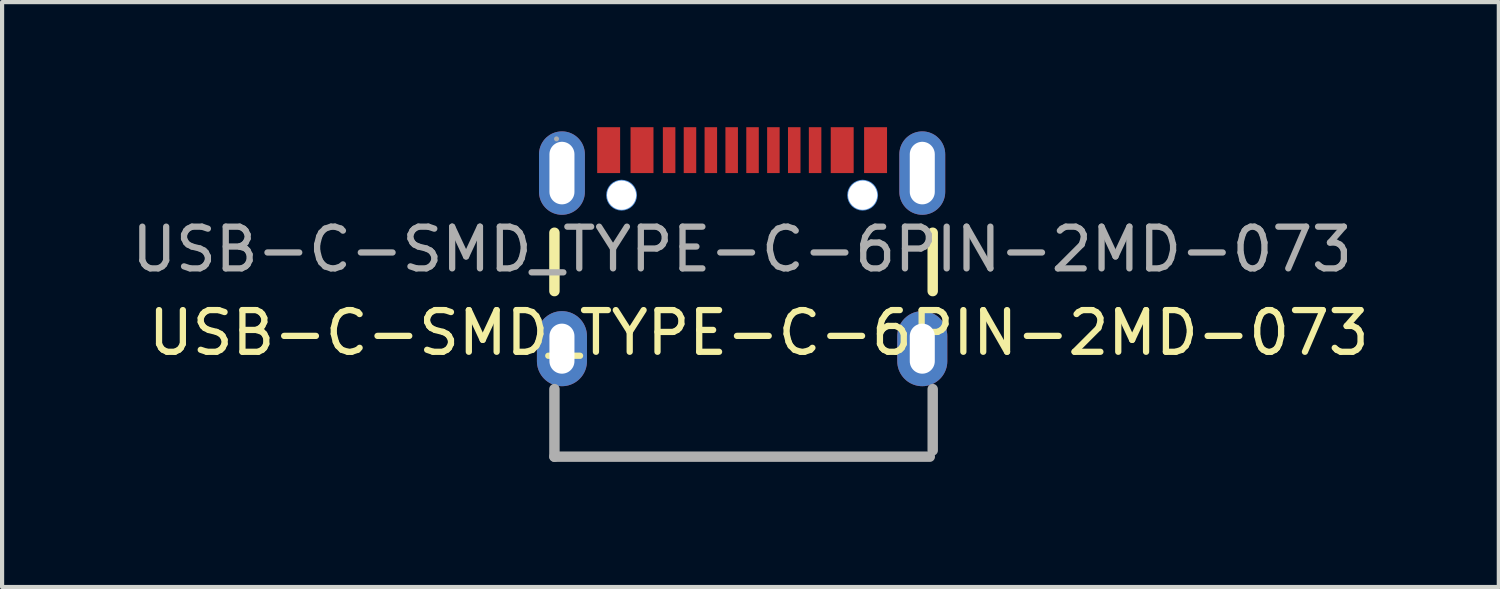
<source format=kicad_pcb>
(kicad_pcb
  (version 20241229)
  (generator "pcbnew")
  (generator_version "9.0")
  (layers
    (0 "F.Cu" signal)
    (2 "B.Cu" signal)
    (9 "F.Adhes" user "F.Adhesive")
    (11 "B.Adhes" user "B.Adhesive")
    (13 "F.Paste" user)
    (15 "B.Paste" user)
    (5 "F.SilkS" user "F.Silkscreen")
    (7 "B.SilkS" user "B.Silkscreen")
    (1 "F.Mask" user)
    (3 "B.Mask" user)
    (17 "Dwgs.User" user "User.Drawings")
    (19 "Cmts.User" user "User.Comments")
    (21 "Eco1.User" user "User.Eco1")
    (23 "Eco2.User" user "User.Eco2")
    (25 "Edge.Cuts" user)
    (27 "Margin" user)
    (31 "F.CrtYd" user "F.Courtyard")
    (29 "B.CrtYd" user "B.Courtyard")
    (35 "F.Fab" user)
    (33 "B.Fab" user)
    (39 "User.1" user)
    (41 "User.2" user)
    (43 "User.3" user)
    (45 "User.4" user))
  (footprint "USB-C-SMD_TYPE-C-6PIN-2MD-073"
    (layer "F.Cu")
    (at 14.744 2.93)
    (property "Reference" "USB-C-SMD_TYPE-C-6PIN-2MD-073" (at 0.4 2 180) (layer "F.SilkS") (effects (font (size 1 1) (thickness 0.15))))
    (attr smd)
    (fp_line (start -4.5 1) (end -4.5 -0.4) (stroke (width 0.25) (type solid)) (layer "F.SilkS"))
    (fp_line (start 4.57 1) (end 4.57 -0.4) (stroke (width 0.25) (type solid)) (layer "F.SilkS"))
    (fp_circle (center -2.89 -1.3) (end -2.77 -1.3) (stroke (width 0.25) (type solid)) (fill no) (layer "Cmts.User"))
    (fp_circle (center 2.89 -1.3) (end 3.01 -1.3) (stroke (width 0.25) (type solid)) (fill no) (layer "Cmts.User"))
    (fp_line (start -4.5 4.97) (end -4.5 3.35) (stroke (width 0.25) (type solid)) (layer "F.Fab"))
    (fp_line (start 4.5 4.97) (end -4.5 4.97) (stroke (width 0.25) (type solid)) (layer "F.Fab"))
    (fp_line (start 4.57 4.82) (end 4.57 3.35) (stroke (width 0.25) (type solid)) (layer "F.Fab"))
    (fp_circle (center -4.45 -2.65) (end -4.42 -2.65) (stroke (width 0.06) (type solid)) (fill no) (layer "F.Fab"))
    (fp_text user "${REFERENCE}" (at 0 0 0) (layer "F.Fab") (effects (font (size 1 1) (thickness 0.15))))
    (pad "" np_thru_hole circle (at -2.89 -1.3) (size 0.7 0.7) (drill 0.7) (layers "*.Cu" "*.Mask"))
    (pad "" np_thru_hole circle (at 2.89 -1.3) (size 0.7 0.7) (drill 0.7) (layers "*.Cu" "*.Mask"))
    (pad "1" smd rect (at -3.2 -2.38) (size 0.55 1.1) (layers "F.Cu" "F.Mask" "F.Paste"))
    (pad "2" smd rect (at -2.4 -2.38) (size 0.55 1.1) (layers "F.Cu" "F.Mask" "F.Paste"))
    (pad "3" smd rect (at -1.75 -2.38) (size 0.3 1.1) (layers "F.Cu" "F.Mask" "F.Paste"))
    (pad "4" smd rect (at -1.25 -2.38) (size 0.3 1.1) (layers "F.Cu" "F.Mask" "F.Paste"))
    (pad "5" smd rect (at -0.75 -2.38) (size 0.3 1.1) (layers "F.Cu" "F.Mask" "F.Paste"))
    (pad "6" smd rect (at -0.25 -2.38) (size 0.3 1.1) (layers "F.Cu" "F.Mask" "F.Paste"))
    (pad "7" smd rect (at 0.25 -2.38) (size 0.3 1.1) (layers "F.Cu" "F.Mask" "F.Paste"))
    (pad "8" smd rect (at 0.75 -2.38) (size 0.3 1.1) (layers "F.Cu" "F.Mask" "F.Paste"))
    (pad "9" smd rect (at 1.25 -2.38) (size 0.3 1.1) (layers "F.Cu" "F.Mask" "F.Paste"))
    (pad "10" smd rect (at 1.75 -2.38) (size 0.3 1.1) (layers "F.Cu" "F.Mask" "F.Paste"))
    (pad "11" smd rect (at 2.4 -2.38) (size 0.55 1.1) (layers "F.Cu" "F.Mask" "F.Paste"))
    (pad "12" smd rect (at 3.2 -2.38) (size 0.55 1.1) (layers "F.Cu" "F.Mask" "F.Paste"))
    (pad "13" thru_hole oval (at -4.32 -1.83) (size 1.1 2) (drill oval 0.6 1.5) (layers "*.Cu" "*.Mask"))
    (pad "13" thru_hole oval (at -4.32 2.38) (size 1.2 1.8) (drill oval 0.6 1.2) (layers "*.Cu" "*.Mask"))
    (pad "14" thru_hole oval (at 4.32 -1.83) (size 1.1 2) (drill oval 0.6 1.5) (layers "*.Cu" "*.Mask"))
    (pad "14" thru_hole oval (at 4.32 2.38) (size 1.2 1.8) (drill oval 0.6 1.2) (layers "*.Cu" "*.Mask")))
  (gr_rect
    (start -3 -3)
    (end 32.888 11.025)
    (stroke (width 0.1) (type default))
    (fill no)
    (layer "Edge.Cuts")))
</source>
